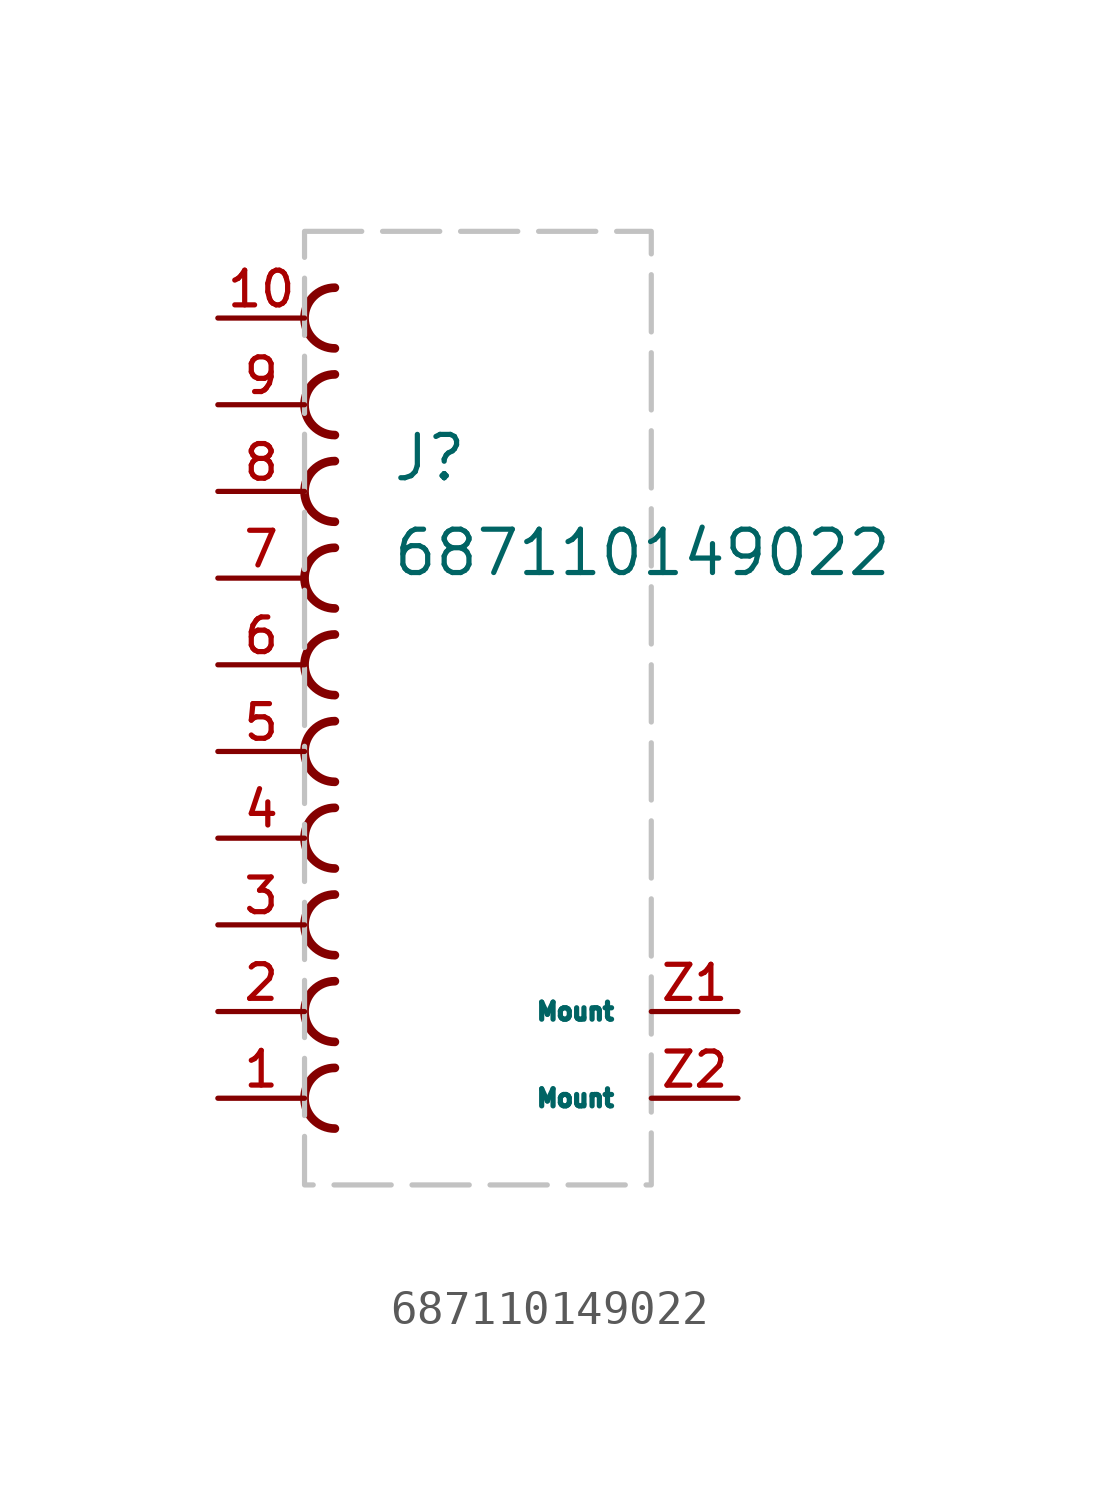
<source format=kicad_sym>
(kicad_symbol_lib
  (version 20220914)
  (generator kicad_symbol_editor)
  (symbol "687110149022"
    (pin_names
      (offset 1.016))
    (property "Reference" "J"
      (at 0 7.858 0)
      (effects (font (size 1.27 1.27)) (justify left bottom)))
    (property "Value" "687110149022"
      (at 0 5.08 0)
      (effects (font (size 1.27 1.27)) (justify left bottom)))
    (symbol "687110149022_0_0"
      (arc (start -1.651 -9.271) (mid -2.5362 -10.16) (end -1.651 -11.049) (stroke (width 0.254) (type default)) (fill (type none)))
      (arc (start -1.651 -6.731) (mid -2.5362 -7.62) (end -1.651 -8.509) (stroke (width 0.254) (type default)) (fill (type none)))
      (arc (start -1.651 -4.191) (mid -2.5362 -5.08) (end -1.651 -5.969) (stroke (width 0.254) (type default)) (fill (type none)))
      (arc (start -1.651 -1.651) (mid -2.5362 -2.54) (end -1.651 -3.429) (stroke (width 0.254) (type default)) (fill (type none)))
      (arc (start -1.651 0.889) (mid -2.5362 0) (end -1.651 -0.889) (stroke (width 0.254) (type default)) (fill (type none)))
      (arc (start -1.651 3.429) (mid -2.5362 2.54) (end -1.651 1.651) (stroke (width 0.254) (type default)) (fill (type none)))
      (arc (start -1.651 5.969) (mid -2.5362 5.08) (end -1.651 4.191) (stroke (width 0.254) (type default)) (fill (type none)))
      (arc (start -1.651 8.509) (mid -2.5362 7.62) (end -1.651 6.731) (stroke (width 0.254) (type default)) (fill (type none)))
      (arc (start -1.651 11.049) (mid -2.5362 10.16) (end -1.651 9.271) (stroke (width 0.254) (type default)) (fill (type none)))
      (arc (start -1.651 13.589) (mid -2.5362 12.7) (end -1.651 11.811) (stroke (width 0.254) (type default)) (fill (type none)))
      (pin passive line (at -5.08 -10.16 0) (length 2.54) (name "~" (effects (font (size 1.016 1.016)))) (number "1" (effects (font (size 1.016 1.016)))))
      (pin passive line (at -5.08 12.7 0) (length 2.54) (name "~" (effects (font (size 1.016 1.016)))) (number "10" (effects (font (size 1.016 1.016)))))
      (pin passive line (at -5.08 -7.62 0) (length 2.54) (name "~" (effects (font (size 1.016 1.016)))) (number "2" (effects (font (size 1.016 1.016)))))
      (pin passive line (at -5.08 -5.08 0) (length 2.54) (name "~" (effects (font (size 1.016 1.016)))) (number "3" (effects (font (size 1.016 1.016)))))
      (pin passive line (at -5.08 -2.54 0) (length 2.54) (name "~" (effects (font (size 1.016 1.016)))) (number "4" (effects (font (size 1.016 1.016)))))
      (pin passive line (at -5.08 0 0) (length 2.54) (name "~" (effects (font (size 1.016 1.016)))) (number "5" (effects (font (size 1.016 1.016)))))
      (pin passive line (at -5.08 2.54 0) (length 2.54) (name "~" (effects (font (size 1.016 1.016)))) (number "6" (effects (font (size 1.016 1.016)))))
      (pin passive line (at -5.08 5.08 0) (length 2.54) (name "~" (effects (font (size 1.016 1.016)))) (number "7" (effects (font (size 1.016 1.016)))))
      (pin passive line (at -5.08 7.62 0) (length 2.54) (name "~" (effects (font (size 1.016 1.016)))) (number "8" (effects (font (size 1.016 1.016)))))
      (pin passive line (at -5.08 10.16 0) (length 2.54) (name "~" (effects (font (size 1.016 1.016)))) (number "9" (effects (font (size 1.016 1.016))))))
    (symbol "687110149022_1_1"
      (rectangle (start -2.54 15.24) (end 7.62 -12.7) (stroke (width 0) (type dash) (color 194 194 194 1)) (fill (type none)))
      (pin passive line (at 10.16 -7.62 180) (length 2.54) (name "Mount" (effects (font (size 0.5 0.5)))) (number "Z1" (effects (font (size 1 1)))))
      (pin passive line (at 10.16 -10.16 180) (length 2.54) (name "Mount" (effects (font (size 0.5 0.5)))) (number "Z2" (effects (font (size 1 1))))))))
</source>
